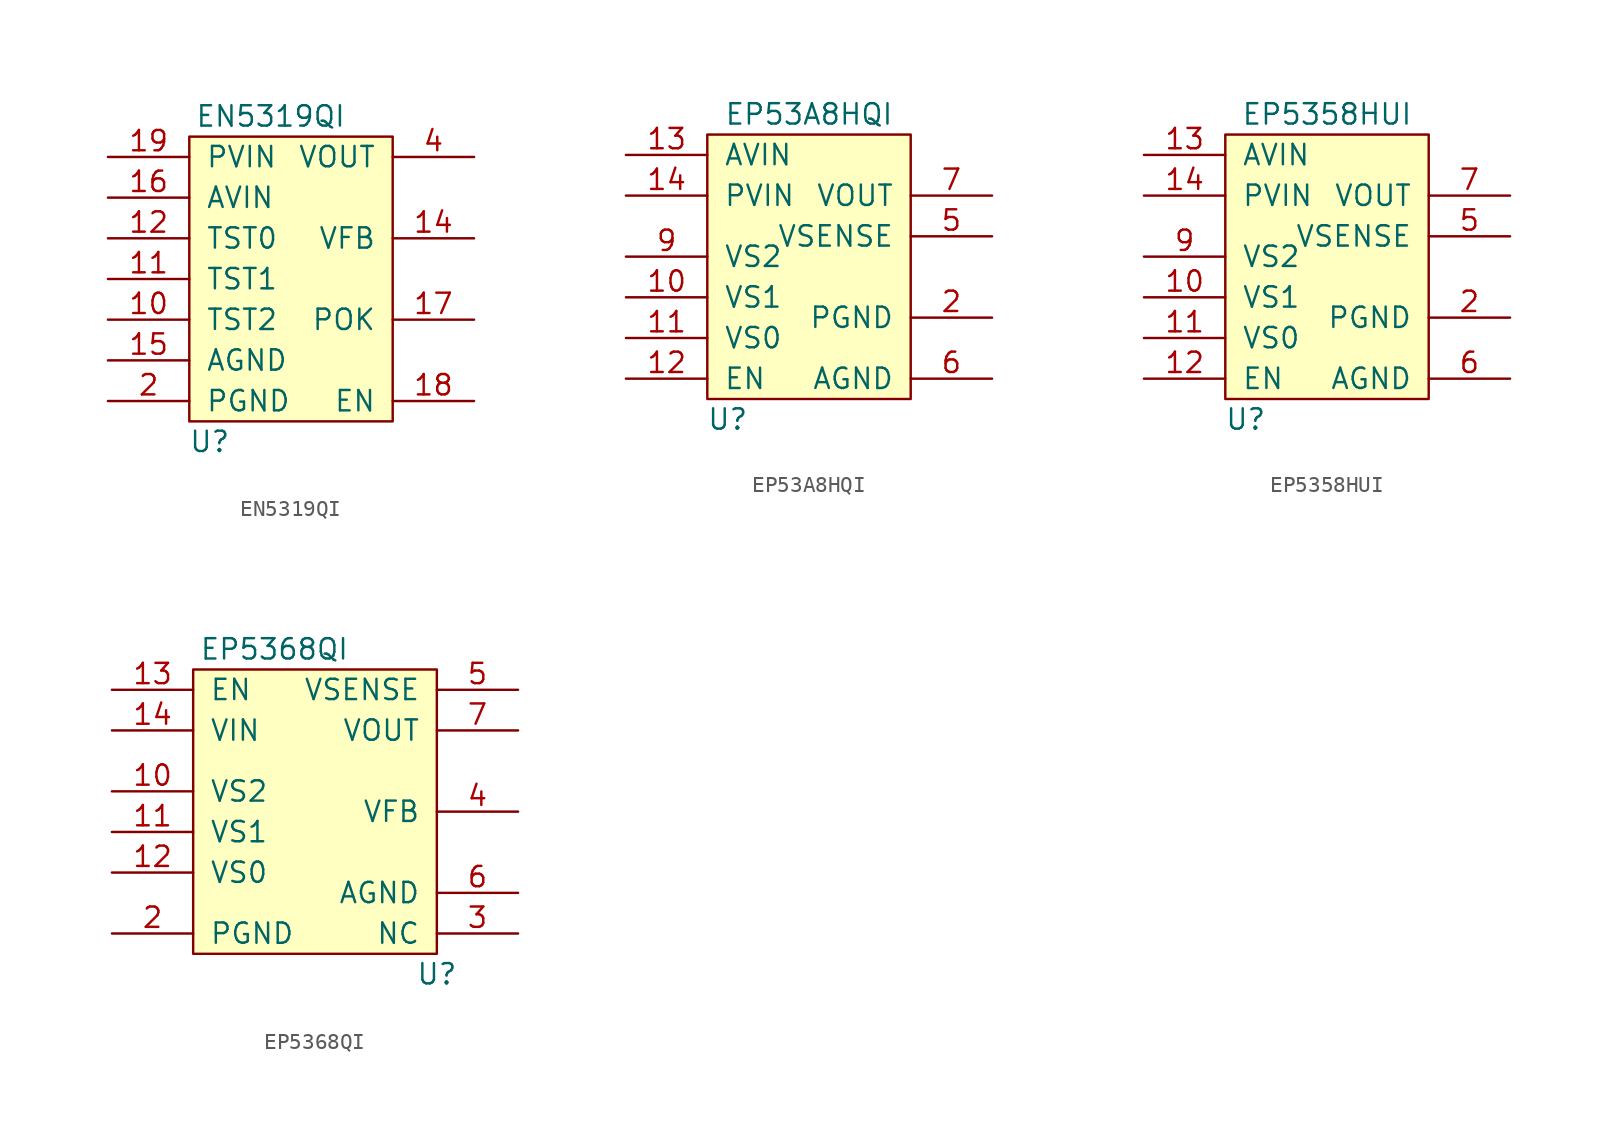
<source format=kicad_sym>
(kicad_symbol_lib
  (version 20241209)
  (generator "kicad_symbol_editor")
  (generator_version "9.0")
  (symbol "EN5319QI"
    (pin_names
      (offset 1.016))
    (property "Reference" "U"
      (at -5.08 -10.16 0)
      (effects (font (size 1.27 1.27))))
    (property "Value" "EN5319QI"
      (at -1.27 10.16 0)
      (effects (font (size 1.27 1.27))))
    (symbol "EN5319QI_0_1"
      (rectangle (start -6.35 8.89) (end 6.35 -8.89) (stroke (width 0) (type solid)) (fill (type background))))
    (symbol "EN5319QI_1_1"
      (pin power_in line (at -11.43 7.62 0) (length 5.08) (name "PVIN" (effects (font (size 1.27 1.27)))) (number "19" (effects (font (size 1.27 1.27)))))
      (pin passive line (at -11.43 7.62 0) (length 5.08) (hide yes) (name "PVIN" (effects (font (size 1.27 1.27)))) (number "20" (effects (font (size 1.27 1.27)))))
      (pin power_in line (at -11.43 5.08 0) (length 5.08) (name "AVIN" (effects (font (size 1.27 1.27)))) (number "16" (effects (font (size 1.27 1.27)))))
      (pin unspecified line (at -11.43 2.54 0) (length 5.08) (name "TST0" (effects (font (size 1.27 1.27)))) (number "12" (effects (font (size 1.27 1.27)))))
      (pin unspecified line (at -11.43 0 0) (length 5.08) (name "TST1" (effects (font (size 1.27 1.27)))) (number "11" (effects (font (size 1.27 1.27)))))
      (pin unspecified line (at -11.43 -2.54 0) (length 5.08) (name "TST2" (effects (font (size 1.27 1.27)))) (number "10" (effects (font (size 1.27 1.27)))))
      (pin power_in line (at -11.43 -5.08 0) (length 5.08) (name "AGND" (effects (font (size 1.27 1.27)))) (number "15" (effects (font (size 1.27 1.27)))))
      (pin power_in line (at -11.43 -7.62 0) (length 5.08) (name "PGND" (effects (font (size 1.27 1.27)))) (number "2" (effects (font (size 1.27 1.27)))))
      (pin passive line (at -11.43 -7.62 0) (length 5.08) (hide yes) (name "PGND" (effects (font (size 1.27 1.27)))) (number "25" (effects (font (size 1.27 1.27)))))
      (pin passive line (at -11.43 -7.62 0) (length 5.08) (hide yes) (name "PGND" (effects (font (size 1.27 1.27)))) (number "26" (effects (font (size 1.27 1.27)))))
      (pin passive line (at -11.43 -7.62 0) (length 5.08) (hide yes) (name "PGND" (effects (font (size 1.27 1.27)))) (number "3" (effects (font (size 1.27 1.27)))))
      (pin passive line (at -11.43 -7.62 0) (length 5.08) (hide yes) (name "PGND" (effects (font (size 1.27 1.27)))) (number "8" (effects (font (size 1.27 1.27)))))
      (pin passive line (at -11.43 -7.62 0) (length 5.08) (hide yes) (name "PGND" (effects (font (size 1.27 1.27)))) (number "9" (effects (font (size 1.27 1.27)))))
      (pin no_connect line (at 0 6.35 180) (length 5.08) (hide yes) (name "NC(SW)" (effects (font (size 1.27 1.27)))) (number "1" (effects (font (size 1.27 1.27)))))
      (pin no_connect line (at 0 3.81 180) (length 5.08) (hide yes) (name "NC(SW)" (effects (font (size 1.27 1.27)))) (number "21" (effects (font (size 1.27 1.27)))))
      (pin no_connect line (at 0 1.27 180) (length 5.08) (hide yes) (name "NC(SW)" (effects (font (size 1.27 1.27)))) (number "22" (effects (font (size 1.27 1.27)))))
      (pin no_connect line (at 0 -1.27 180) (length 5.08) (hide yes) (name "NC(SW)" (effects (font (size 1.27 1.27)))) (number "23" (effects (font (size 1.27 1.27)))))
      (pin no_connect line (at 0 -3.81 180) (length 5.08) (hide yes) (name "NC(SW)" (effects (font (size 1.27 1.27)))) (number "24" (effects (font (size 1.27 1.27)))))
      (pin no_connect line (at 0 -6.35 180) (length 5.08) (hide yes) (name "NC" (effects (font (size 1.27 1.27)))) (number "13" (effects (font (size 1.27 1.27)))))
      (pin power_out line (at 11.43 7.62 180) (length 5.08) (name "VOUT" (effects (font (size 1.27 1.27)))) (number "4" (effects (font (size 1.27 1.27)))))
      (pin passive line (at 11.43 7.62 180) (length 5.08) (hide yes) (name "VOUT" (effects (font (size 1.27 1.27)))) (number "5" (effects (font (size 1.27 1.27)))))
      (pin passive line (at 11.43 7.62 180) (length 5.08) (hide yes) (name "VOUT" (effects (font (size 1.27 1.27)))) (number "6" (effects (font (size 1.27 1.27)))))
      (pin passive line (at 11.43 7.62 180) (length 5.08) (hide yes) (name "VOUT" (effects (font (size 1.27 1.27)))) (number "7" (effects (font (size 1.27 1.27)))))
      (pin input line (at 11.43 2.54 180) (length 5.08) (name "VFB" (effects (font (size 1.27 1.27)))) (number "14" (effects (font (size 1.27 1.27)))))
      (pin output line (at 11.43 -2.54 180) (length 5.08) (name "POK" (effects (font (size 1.27 1.27)))) (number "17" (effects (font (size 1.27 1.27)))))
      (pin input line (at 11.43 -7.62 180) (length 5.08) (name "EN" (effects (font (size 1.27 1.27)))) (number "18" (effects (font (size 1.27 1.27)))))))
  (symbol "EP53A8HQI"
    (pin_names
      (offset 1.016))
    (property "Reference" "U"
      (at -5.08 -8.89 0)
      (effects (font (size 1.27 1.27))))
    (property "Value" "EP53A8HQI"
      (at 0 10.16 0)
      (effects (font (size 1.27 1.27))))
    (symbol "EP53A8HQI_0_1"
      (rectangle (start -6.35 8.89) (end 6.35 -7.62) (stroke (width 0) (type solid)) (fill (type background))))
    (symbol "EP53A8HQI_1_1"
      (pin input line (at -11.43 7.62 0) (length 5.08) (name "AVIN" (effects (font (size 1.27 1.27)))) (number "13" (effects (font (size 1.27 1.27)))))
      (pin power_in line (at -11.43 5.08 0) (length 5.08) (name "PVIN" (effects (font (size 1.27 1.27)))) (number "14" (effects (font (size 1.27 1.27)))))
      (pin input line (at -11.43 1.27 0) (length 5.08) (name "VS2" (effects (font (size 1.27 1.27)))) (number "9" (effects (font (size 1.27 1.27)))))
      (pin input line (at -11.43 -1.27 0) (length 5.08) (name "VS1" (effects (font (size 1.27 1.27)))) (number "10" (effects (font (size 1.27 1.27)))))
      (pin input line (at -11.43 -3.81 0) (length 5.08) (name "VS0" (effects (font (size 1.27 1.27)))) (number "11" (effects (font (size 1.27 1.27)))))
      (pin input line (at -11.43 -6.35 0) (length 5.08) (name "EN" (effects (font (size 1.27 1.27)))) (number "12" (effects (font (size 1.27 1.27)))))
      (pin no_connect line (at 0 5.08 180) (length 5.08) (hide yes) (name "NC(SW)" (effects (font (size 1.27 1.27)))) (number "1" (effects (font (size 1.27 1.27)))))
      (pin no_connect line (at 0 2.54 180) (length 5.08) (hide yes) (name "NC(SW)" (effects (font (size 1.27 1.27)))) (number "15" (effects (font (size 1.27 1.27)))))
      (pin no_connect line (at 0 0 180) (length 5.08) (hide yes) (name "NC(SW)" (effects (font (size 1.27 1.27)))) (number "16" (effects (font (size 1.27 1.27)))))
      (pin no_connect line (at 0 -2.54 180) (length 5.08) (hide yes) (name "NC" (effects (font (size 1.27 1.27)))) (number "4" (effects (font (size 1.27 1.27)))))
      (pin power_out line (at 11.43 5.08 180) (length 5.08) (name "VOUT" (effects (font (size 1.27 1.27)))) (number "7" (effects (font (size 1.27 1.27)))))
      (pin passive line (at 11.43 5.08 180) (length 5.08) (hide yes) (name "VOUT" (effects (font (size 1.27 1.27)))) (number "8" (effects (font (size 1.27 1.27)))))
      (pin input line (at 11.43 2.54 180) (length 5.08) (name "VSENSE" (effects (font (size 1.27 1.27)))) (number "5" (effects (font (size 1.27 1.27)))))
      (pin power_in line (at 11.43 -2.54 180) (length 5.08) (name "PGND" (effects (font (size 1.27 1.27)))) (number "2" (effects (font (size 1.27 1.27)))))
      (pin passive line (at 11.43 -2.54 180) (length 5.08) (hide yes) (name "PGND" (effects (font (size 1.27 1.27)))) (number "3" (effects (font (size 1.27 1.27)))))
      (pin power_in line (at 11.43 -6.35 180) (length 5.08) (name "AGND" (effects (font (size 1.27 1.27)))) (number "6" (effects (font (size 1.27 1.27)))))))
  (symbol "EP5358HUI"
    (pin_names
      (offset 1.016))
    (property "Reference" "U"
      (at -5.08 -8.89 0)
      (effects (font (size 1.27 1.27))))
    (property "Value" "EP5358HUI"
      (at 0 10.16 0)
      (effects (font (size 1.27 1.27))))
    (symbol "EP5358HUI_0_1"
      (rectangle (start -6.35 8.89) (end 6.35 -7.62) (stroke (width 0) (type solid)) (fill (type background))))
    (symbol "EP5358HUI_1_1"
      (pin input line (at -11.43 7.62 0) (length 5.08) (name "AVIN" (effects (font (size 1.27 1.27)))) (number "13" (effects (font (size 1.27 1.27)))))
      (pin power_in line (at -11.43 5.08 0) (length 5.08) (name "PVIN" (effects (font (size 1.27 1.27)))) (number "14" (effects (font (size 1.27 1.27)))))
      (pin input line (at -11.43 1.27 0) (length 5.08) (name "VS2" (effects (font (size 1.27 1.27)))) (number "9" (effects (font (size 1.27 1.27)))))
      (pin input line (at -11.43 -1.27 0) (length 5.08) (name "VS1" (effects (font (size 1.27 1.27)))) (number "10" (effects (font (size 1.27 1.27)))))
      (pin input line (at -11.43 -3.81 0) (length 5.08) (name "VS0" (effects (font (size 1.27 1.27)))) (number "11" (effects (font (size 1.27 1.27)))))
      (pin input line (at -11.43 -6.35 0) (length 5.08) (name "EN" (effects (font (size 1.27 1.27)))) (number "12" (effects (font (size 1.27 1.27)))))
      (pin no_connect line (at 0 5.08 180) (length 5.08) (hide yes) (name "NC(SW)" (effects (font (size 1.27 1.27)))) (number "1" (effects (font (size 1.27 1.27)))))
      (pin no_connect line (at 0 2.54 180) (length 5.08) (hide yes) (name "NC(SW)" (effects (font (size 1.27 1.27)))) (number "15" (effects (font (size 1.27 1.27)))))
      (pin no_connect line (at 0 0 180) (length 5.08) (hide yes) (name "NC(SW)" (effects (font (size 1.27 1.27)))) (number "16" (effects (font (size 1.27 1.27)))))
      (pin no_connect line (at 0 -2.54 180) (length 5.08) (hide yes) (name "NC" (effects (font (size 1.27 1.27)))) (number "4" (effects (font (size 1.27 1.27)))))
      (pin power_out line (at 11.43 5.08 180) (length 5.08) (name "VOUT" (effects (font (size 1.27 1.27)))) (number "7" (effects (font (size 1.27 1.27)))))
      (pin passive line (at 11.43 5.08 180) (length 5.08) (hide yes) (name "VOUT" (effects (font (size 1.27 1.27)))) (number "8" (effects (font (size 1.27 1.27)))))
      (pin input line (at 11.43 2.54 180) (length 5.08) (name "VSENSE" (effects (font (size 1.27 1.27)))) (number "5" (effects (font (size 1.27 1.27)))))
      (pin power_in line (at 11.43 -2.54 180) (length 5.08) (name "PGND" (effects (font (size 1.27 1.27)))) (number "2" (effects (font (size 1.27 1.27)))))
      (pin passive line (at 11.43 -2.54 180) (length 5.08) (hide yes) (name "PGND" (effects (font (size 1.27 1.27)))) (number "3" (effects (font (size 1.27 1.27)))))
      (pin power_in line (at 11.43 -6.35 180) (length 5.08) (name "AGND" (effects (font (size 1.27 1.27)))) (number "6" (effects (font (size 1.27 1.27)))))))
  (symbol "EP5368QI"
    (pin_names
      (offset 1.016))
    (property "Reference" "U"
      (at 7.62 -10.16 0)
      (effects (font (size 1.27 1.27))))
    (property "Value" "EP5368QI"
      (at -2.54 10.16 0)
      (effects (font (size 1.27 1.27))))
    (symbol "EP5368QI_0_1"
      (rectangle (start -7.62 8.89) (end 7.62 -8.89) (stroke (width 0) (type solid)) (fill (type background))))
    (symbol "EP5368QI_1_1"
      (pin input line (at -12.7 7.62 0) (length 5.08) (name "EN" (effects (font (size 1.27 1.27)))) (number "13" (effects (font (size 1.27 1.27)))))
      (pin power_in line (at -12.7 5.08 0) (length 5.08) (name "VIN" (effects (font (size 1.27 1.27)))) (number "14" (effects (font (size 1.27 1.27)))))
      (pin input line (at -12.7 1.27 0) (length 5.08) (name "VS2" (effects (font (size 1.27 1.27)))) (number "10" (effects (font (size 1.27 1.27)))))
      (pin input line (at -12.7 -1.27 0) (length 5.08) (name "VS1" (effects (font (size 1.27 1.27)))) (number "11" (effects (font (size 1.27 1.27)))))
      (pin input line (at -12.7 -3.81 0) (length 5.08) (name "VS0" (effects (font (size 1.27 1.27)))) (number "12" (effects (font (size 1.27 1.27)))))
      (pin power_in line (at -12.7 -7.62 0) (length 5.08) (name "PGND" (effects (font (size 1.27 1.27)))) (number "2" (effects (font (size 1.27 1.27)))))
      (pin no_connect line (at -2.54 2.54 0) (length 5.08) (hide yes) (name "NC_(SW)" (effects (font (size 1.27 1.27)))) (number "1" (effects (font (size 1.27 1.27)))))
      (pin no_connect line (at -2.54 0 0) (length 5.08) (hide yes) (name "NC_(SW)" (effects (font (size 1.27 1.27)))) (number "15" (effects (font (size 1.27 1.27)))))
      (pin no_connect line (at -2.54 -2.54 0) (length 5.08) (hide yes) (name "NC_(SW)" (effects (font (size 1.27 1.27)))) (number "16" (effects (font (size 1.27 1.27)))))
      (pin input line (at 12.7 7.62 180) (length 5.08) (name "VSENSE" (effects (font (size 1.27 1.27)))) (number "5" (effects (font (size 1.27 1.27)))))
      (pin power_out line (at 12.7 5.08 180) (length 5.08) (name "VOUT" (effects (font (size 1.27 1.27)))) (number "7" (effects (font (size 1.27 1.27)))))
      (pin passive line (at 12.7 5.08 180) (length 5.08) (hide yes) (name "VOUT" (effects (font (size 1.27 1.27)))) (number "8" (effects (font (size 1.27 1.27)))))
      (pin output line (at 12.7 0 180) (length 5.08) (name "VFB" (effects (font (size 1.27 1.27)))) (number "4" (effects (font (size 1.27 1.27)))))
      (pin power_in line (at 12.7 -5.08 180) (length 5.08) (name "AGND" (effects (font (size 1.27 1.27)))) (number "6" (effects (font (size 1.27 1.27)))))
      (pin passive line (at 12.7 -7.62 180) (length 5.08) (name "NC" (effects (font (size 1.27 1.27)))) (number "3" (effects (font (size 1.27 1.27)))))
      (pin passive line (at 12.7 -7.62 180) (length 5.08) (hide yes) (name "NC" (effects (font (size 1.27 1.27)))) (number "9" (effects (font (size 1.27 1.27))))))))
</source>
